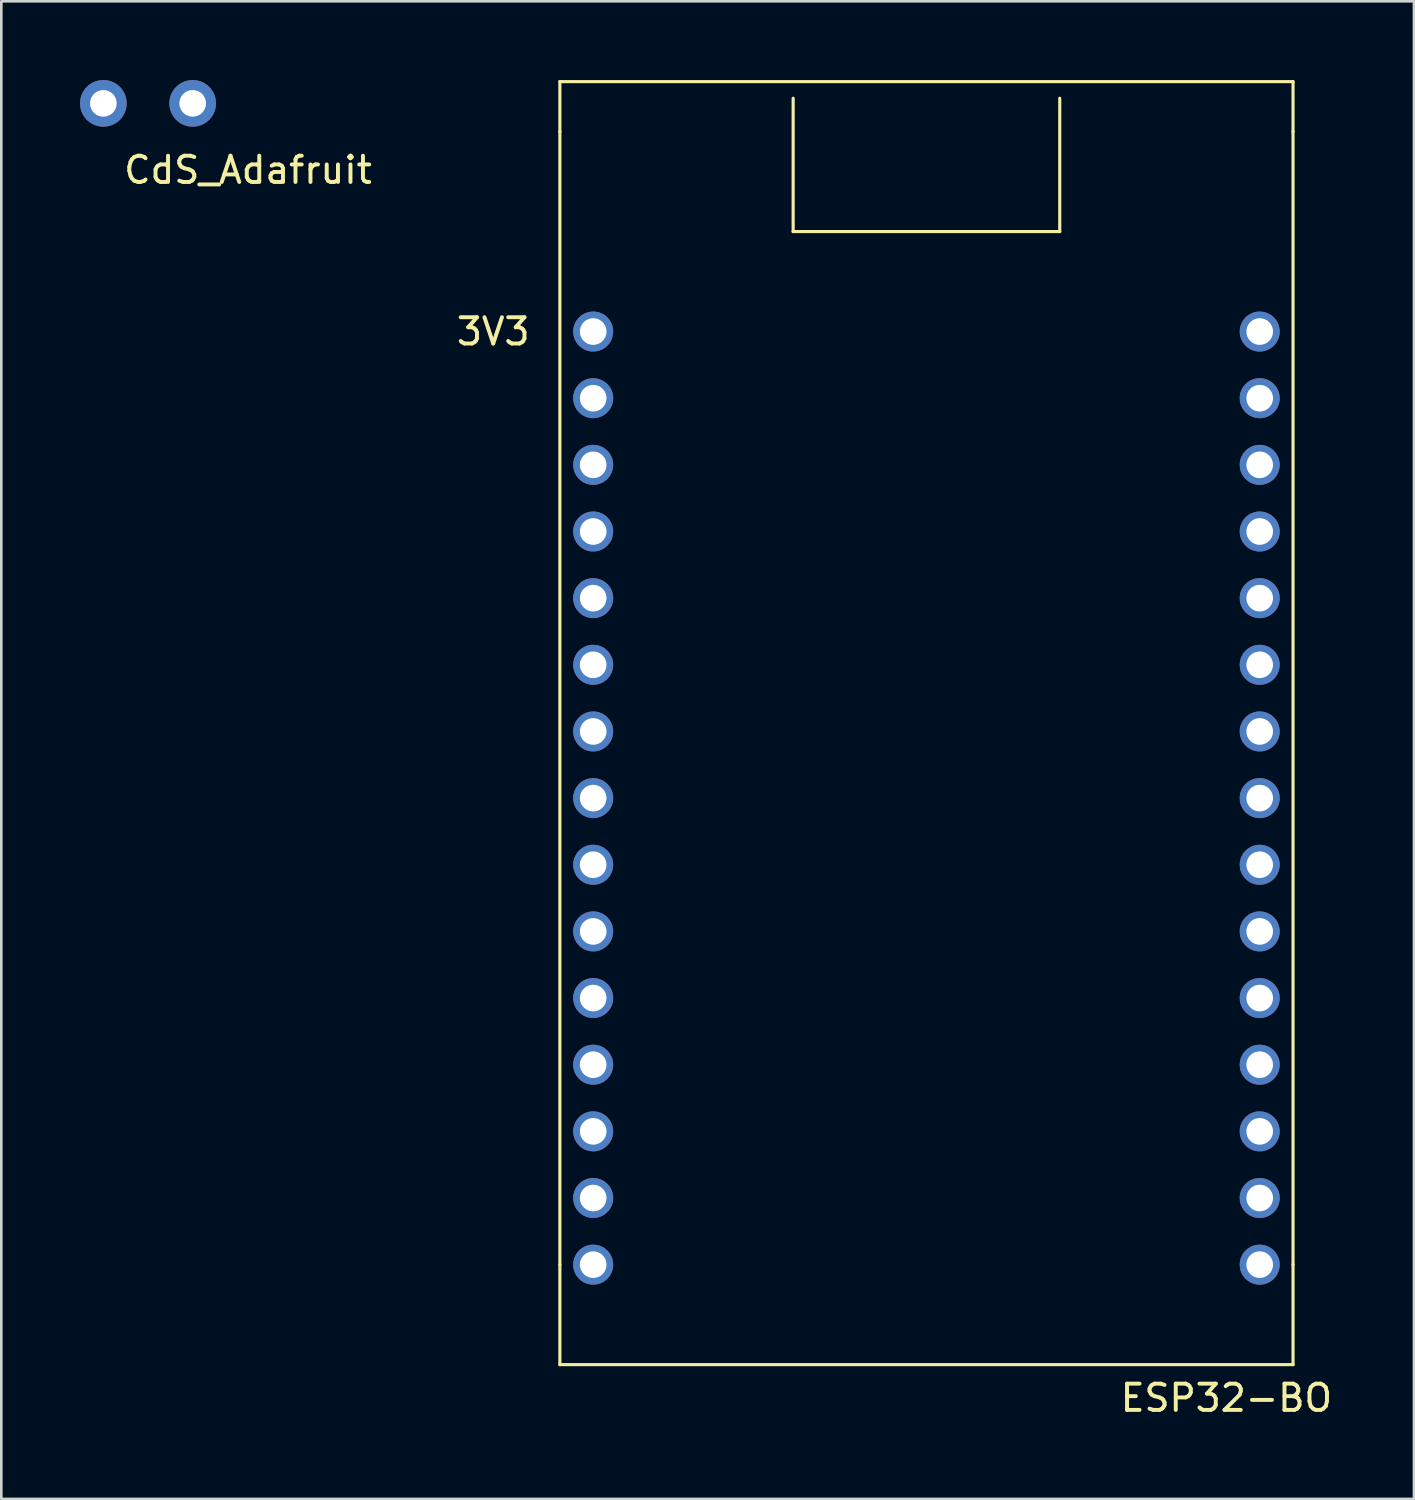
<source format=kicad_pcb>
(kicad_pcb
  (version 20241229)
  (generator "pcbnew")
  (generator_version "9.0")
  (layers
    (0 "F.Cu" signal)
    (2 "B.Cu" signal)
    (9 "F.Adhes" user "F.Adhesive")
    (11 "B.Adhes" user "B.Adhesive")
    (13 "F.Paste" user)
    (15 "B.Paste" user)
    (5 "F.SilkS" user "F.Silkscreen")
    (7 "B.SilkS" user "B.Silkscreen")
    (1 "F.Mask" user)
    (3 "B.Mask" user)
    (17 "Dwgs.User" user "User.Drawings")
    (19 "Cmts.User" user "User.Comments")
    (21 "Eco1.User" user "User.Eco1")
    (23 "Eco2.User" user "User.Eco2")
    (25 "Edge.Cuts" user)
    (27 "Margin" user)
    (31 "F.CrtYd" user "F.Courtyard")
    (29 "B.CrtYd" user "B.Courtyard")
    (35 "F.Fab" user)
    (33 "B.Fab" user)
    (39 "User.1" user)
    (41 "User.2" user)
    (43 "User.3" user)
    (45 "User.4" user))
  (footprint "ESP32-BO"
    (layer "F.Cu")
    (at 32.256 4.505)
    (property "Reference" "ESP32-BO" (at 11.43 45.72 0) (layer "F.SilkS") (effects (font (size 1 1) (thickness 0.15))))
    (attr through_hole)
    (fp_line (start -13.97 -4.445) (end 13.97 -4.445) (stroke (width 0.12) (type solid)) (layer "F.SilkS"))
    (fp_line (start -13.97 -2.54) (end -13.97 -4.445) (stroke (width 0.12) (type solid)) (layer "F.SilkS"))
    (fp_line (start -13.97 40.64) (end -13.97 -2.54) (stroke (width 0.12) (type solid)) (layer "F.SilkS"))
    (fp_line (start -13.97 40.64) (end -13.97 44.45) (stroke (width 0.12) (type solid)) (layer "F.SilkS"))
    (fp_line (start -5.08 -3.81) (end -5.08 1.27) (stroke (width 0.12) (type solid)) (layer "F.SilkS"))
    (fp_line (start -5.08 1.27) (end 5.08 1.27) (stroke (width 0.12) (type solid)) (layer "F.SilkS"))
    (fp_line (start 5.08 1.27) (end 5.08 -3.81) (stroke (width 0.12) (type solid)) (layer "F.SilkS"))
    (fp_line (start 13.97 -4.445) (end 13.97 -2.54) (stroke (width 0.12) (type solid)) (layer "F.SilkS"))
    (fp_line (start 13.97 -2.54) (end 13.97 40.64) (stroke (width 0.12) (type solid)) (layer "F.SilkS"))
    (fp_line (start 13.97 40.64) (end 13.97 44.45) (stroke (width 0.12) (type solid)) (layer "F.SilkS"))
    (fp_line (start 13.97 44.45) (end -13.97 44.45) (stroke (width 0.12) (type solid)) (layer "F.SilkS"))
    (fp_text user "3V3" (at -16.51 5.08 0) (layer "F.SilkS") (effects (font (size 1 1) (thickness 0.15))))
    (pad "1" thru_hole circle (at -12.7 5.08) (size 1.524 1.524) (drill 1.016) (layers "*.Cu" "*.Mask"))
    (pad "2" thru_hole circle (at -12.7 7.62) (size 1.524 1.524) (drill 1.016) (layers "*.Cu" "*.Mask"))
    (pad "3" thru_hole circle (at -12.7 10.16) (size 1.524 1.524) (drill 1.016) (layers "*.Cu" "*.Mask"))
    (pad "4" thru_hole circle (at -12.7 12.7) (size 1.524 1.524) (drill 1.016) (layers "*.Cu" "*.Mask"))
    (pad "5" thru_hole circle (at -12.7 15.24) (size 1.524 1.524) (drill 1.016) (layers "*.Cu" "*.Mask"))
    (pad "6" thru_hole circle (at -12.7 17.78) (size 1.524 1.524) (drill 1.016) (layers "*.Cu" "*.Mask"))
    (pad "7" thru_hole circle (at -12.7 20.32) (size 1.524 1.524) (drill 1.016) (layers "*.Cu" "*.Mask"))
    (pad "8" thru_hole circle (at -12.7 22.86) (size 1.524 1.524) (drill 1.016) (layers "*.Cu" "*.Mask"))
    (pad "9" thru_hole circle (at -12.7 25.4) (size 1.524 1.524) (drill 1.016) (layers "*.Cu" "*.Mask"))
    (pad "10" thru_hole circle (at -12.7 27.94) (size 1.524 1.524) (drill 1.016) (layers "*.Cu" "*.Mask"))
    (pad "11" thru_hole circle (at -12.7 30.48) (size 1.524 1.524) (drill 1.016) (layers "*.Cu" "*.Mask"))
    (pad "12" thru_hole circle (at -12.7 33.02) (size 1.524 1.524) (drill 1.016) (layers "*.Cu" "*.Mask"))
    (pad "13" thru_hole circle (at -12.7 35.56) (size 1.524 1.524) (drill 1.016) (layers "*.Cu" "*.Mask"))
    (pad "14" thru_hole circle (at -12.7 38.1) (size 1.524 1.524) (drill 1.016) (layers "*.Cu" "*.Mask"))
    (pad "15" thru_hole circle (at -12.7 40.64) (size 1.524 1.524) (drill 1.016) (layers "*.Cu" "*.Mask"))
    (pad "16" thru_hole circle (at 12.7 40.64) (size 1.524 1.524) (drill 1.016) (layers "*.Cu" "*.Mask"))
    (pad "17" thru_hole circle (at 12.7 38.1) (size 1.524 1.524) (drill 1.016) (layers "*.Cu" "*.Mask"))
    (pad "18" thru_hole circle (at 12.7 35.56) (size 1.524 1.524) (drill 1.016) (layers "*.Cu" "*.Mask"))
    (pad "19" thru_hole circle (at 12.7 33.02) (size 1.524 1.524) (drill 1.016) (layers "*.Cu" "*.Mask"))
    (pad "20" thru_hole circle (at 12.7 30.48) (size 1.524 1.524) (drill 1.016) (layers "*.Cu" "*.Mask"))
    (pad "21" thru_hole circle (at 12.7 27.94) (size 1.524 1.524) (drill 1.016) (layers "*.Cu" "*.Mask"))
    (pad "22" thru_hole circle (at 12.7 25.4) (size 1.524 1.524) (drill 1.016) (layers "*.Cu" "*.Mask"))
    (pad "23" thru_hole circle (at 12.7 22.86) (size 1.524 1.524) (drill 1.016) (layers "*.Cu" "*.Mask"))
    (pad "24" thru_hole circle (at 12.7 20.32) (size 1.524 1.524) (drill 1.016) (layers "*.Cu" "*.Mask"))
    (pad "25" thru_hole circle (at 12.7 17.78) (size 1.524 1.524) (drill 1.016) (layers "*.Cu" "*.Mask"))
    (pad "26" thru_hole circle (at 12.7 15.24) (size 1.524 1.524) (drill 1.016) (layers "*.Cu" "*.Mask"))
    (pad "27" thru_hole circle (at 12.7 12.7) (size 1.524 1.524) (drill 1.016) (layers "*.Cu" "*.Mask"))
    (pad "28" thru_hole circle (at 12.7 10.16) (size 1.524 1.524) (drill 1.016) (layers "*.Cu" "*.Mask"))
    (pad "29" thru_hole circle (at 12.7 7.62) (size 1.524 1.524) (drill 1.016) (layers "*.Cu" "*.Mask"))
    (pad "30" thru_hole circle (at 12.7 5.08) (size 1.524 1.524) (drill 1.016) (layers "*.Cu" "*.Mask")))
  (footprint "CdS_Adafruit"
    (layer "F.Cu")
    (at 2.591 0.889)
    (property "Reference" "CdS_Adafruit" (at 3.81 2.54 0) (layer "F.SilkS") (effects (font (size 1 1) (thickness 0.15))))
    (attr through_hole)
    (pad "1" thru_hole circle (at -1.702 0) (size 1.778 1.778) (drill 1.016) (layers "*.Cu" "*.Mask"))
    (pad "2" thru_hole circle (at 1.702 0) (size 1.778 1.778) (drill 1.016) (layers "*.Cu" "*.Mask")))
  (gr_rect
    (start -3 -3)
    (end 50.835 54.073)
    (stroke (width 0.1) (type default))
    (fill no)
    (layer "Edge.Cuts")))
</source>
